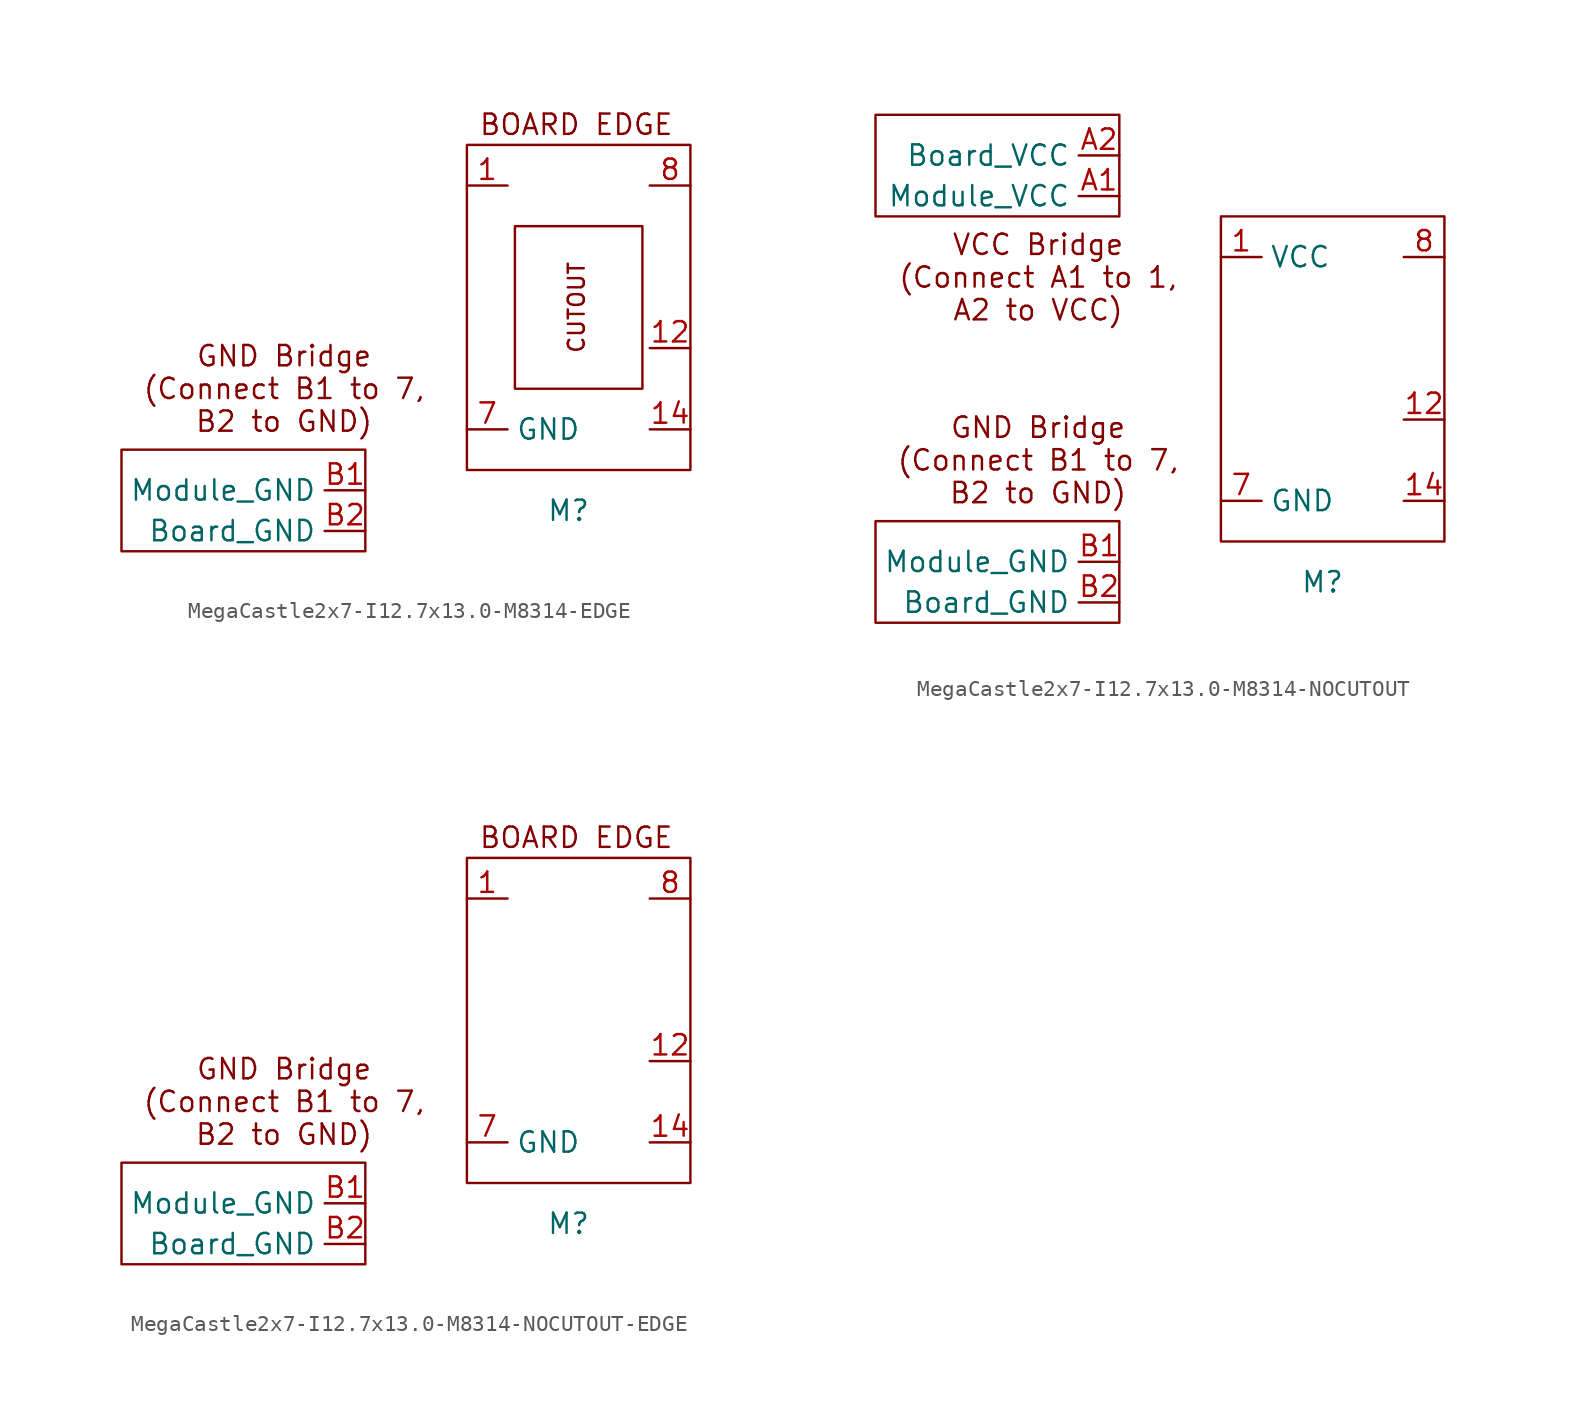
<source format=kicad_sym>
(kicad_symbol_lib
  (version 20231120)
  (generator "kicad_symbol_editor")
  (generator_version "8.0")
  (symbol "MegaCastle2x7-I12.7x13.0-M8314-EDGE"
    (property "Reference" "M"
      (at 0 -12.7 0)
      (effects (font (size 1.27 1.27))))
    (property "Value" ""
      (at 0 5.08 0)
      (effects (font (size 1.27 1.27))))
    (symbol "MegaCastle2x7-I12.7x13.0-M8314-EDGE_0_1"
      (rectangle (start -27.94 -8.89) (end -12.7 -15.24) (stroke (width 0) (type default)) (fill (type none)))
      (rectangle (start -6.35 10.16) (end 7.62 -10.16) (stroke (width 0) (type default)) (fill (type none)))
      (rectangle (start -3.35 5.08) (end 4.62 -5.08) (stroke (width 0) (type default)) (fill (type none))))
    (symbol "MegaCastle2x7-I12.7x13.0-M8314-EDGE_1_1"
      (text "GND Bridge\n(Connect B1 to 7,\nB2 to GND)" (at -17.78 -5.08 0) (effects (font (size 1.27 1.27))))
      (text " BOARD EDGE" (at 0 11.43 0) (effects (font (size 1.27 1.27))))
      (text "CUTOUT" (at 0.5 0 900) (effects (font (size 1 1))))
      (pin bidirectional line (at -6.35 7.62 0) (length 2.54) (name "" (effects (font (size 1.27 1.27)))) (number "1" (effects (font (size 1.27 1.27)))))
      (pin bidirectional line (at -6.35 -7.62 0) (length 2.54) (name "GND" (effects (font (size 1.27 1.27)))) (number "7" (effects (font (size 1.27 1.27)))))
      (pin bidirectional line (at 7.62 7.62 180) (length 2.54) (name "" (effects (font (size 1.27 1.27)))) (number "8" (effects (font (size 1.27 1.27)))))
      (pin bidirectional line (at 7.62 -2.54 180) (length 2.54) (name "" (effects (font (size 1.27 1.27)))) (number "12" (effects (font (size 1.27 1.27)))))
      (pin bidirectional line (at 7.62 -7.62 180) (length 2.54) (name "" (effects (font (size 1.27 1.27)))) (number "14" (effects (font (size 1.27 1.27)))))
      (pin bidirectional line (at -12.7 -11.43 180) (length 2.54) (name "Module_GND" (effects (font (size 1.27 1.27)))) (number "B1" (effects (font (size 1.27 1.27)))))
      (pin bidirectional line (at -12.7 -13.97 180) (length 2.54) (name "Board_GND" (effects (font (size 1.27 1.27)))) (number "B2" (effects (font (size 1.27 1.27)))))))
  (symbol "MegaCastle2x7-I12.7x13.0-M8314-NOCUTOUT"
    (property "Reference" "M"
      (at 0 -12.7 0)
      (effects (font (size 1.27 1.27))))
    (property "Value" ""
      (at 0 5.08 0)
      (effects (font (size 1.27 1.27))))
    (symbol "MegaCastle2x7-I12.7x13.0-M8314-NOCUTOUT_0_1"
      (rectangle (start -27.94 16.51) (end -12.7 10.16) (stroke (width 0) (type default)) (fill (type none)))
      (rectangle (start -27.94 -8.89) (end -12.7 -15.24) (stroke (width 0) (type default)) (fill (type none)))
      (rectangle (start -6.35 10.16) (end 7.62 -10.16) (stroke (width 0) (type default)) (fill (type none))))
    (symbol "MegaCastle2x7-I12.7x13.0-M8314-NOCUTOUT_1_1"
      (text "GND Bridge\n(Connect B1 to 7,\nB2 to GND)" (at -17.78 -5.08 0) (effects (font (size 1.27 1.27))))
      (text "VCC Bridge\n(Connect A1 to 1,\nA2 to VCC)" (at -17.78 6.35 0) (effects (font (size 1.27 1.27))))
      (pin bidirectional line (at -6.35 7.62 0) (length 2.54) (name "VCC" (effects (font (size 1.27 1.27)))) (number "1" (effects (font (size 1.27 1.27)))))
      (pin bidirectional line (at -6.35 -7.62 0) (length 2.54) (name "GND" (effects (font (size 1.27 1.27)))) (number "7" (effects (font (size 1.27 1.27)))))
      (pin bidirectional line (at 7.62 7.62 180) (length 2.54) (name "" (effects (font (size 1.27 1.27)))) (number "8" (effects (font (size 1.27 1.27)))))
      (pin bidirectional line (at 7.62 -2.54 180) (length 2.54) (name "" (effects (font (size 1.27 1.27)))) (number "12" (effects (font (size 1.27 1.27)))))
      (pin bidirectional line (at 7.62 -7.62 180) (length 2.54) (name "" (effects (font (size 1.27 1.27)))) (number "14" (effects (font (size 1.27 1.27)))))
      (pin bidirectional line (at -12.7 11.43 180) (length 2.54) (name "Module_VCC" (effects (font (size 1.27 1.27)))) (number "A1" (effects (font (size 1.27 1.27)))))
      (pin bidirectional line (at -12.7 13.97 180) (length 2.54) (name "Board_VCC" (effects (font (size 1.27 1.27)))) (number "A2" (effects (font (size 1.27 1.27)))))
      (pin bidirectional line (at -12.7 -11.43 180) (length 2.54) (name "Module_GND" (effects (font (size 1.27 1.27)))) (number "B1" (effects (font (size 1.27 1.27)))))
      (pin bidirectional line (at -12.7 -13.97 180) (length 2.54) (name "Board_GND" (effects (font (size 1.27 1.27)))) (number "B2" (effects (font (size 1.27 1.27)))))))
  (symbol "MegaCastle2x7-I12.7x13.0-M8314-NOCUTOUT-EDGE"
    (property "Reference" "M"
      (at 0 -12.7 0)
      (effects (font (size 1.27 1.27))))
    (property "Value" ""
      (at 0 5.08 0)
      (effects (font (size 1.27 1.27))))
    (symbol "MegaCastle2x7-I12.7x13.0-M8314-NOCUTOUT-EDGE_0_1"
      (rectangle (start -27.94 -8.89) (end -12.7 -15.24) (stroke (width 0) (type default)) (fill (type none)))
      (rectangle (start -6.35 10.16) (end 7.62 -10.16) (stroke (width 0) (type default)) (fill (type none))))
    (symbol "MegaCastle2x7-I12.7x13.0-M8314-NOCUTOUT-EDGE_1_1"
      (text "GND Bridge\n(Connect B1 to 7,\nB2 to GND)" (at -17.78 -5.08 0) (effects (font (size 1.27 1.27))))
      (text " BOARD EDGE" (at 0 11.43 0) (effects (font (size 1.27 1.27))))
      (pin bidirectional line (at -6.35 7.62 0) (length 2.54) (name "" (effects (font (size 1.27 1.27)))) (number "1" (effects (font (size 1.27 1.27)))))
      (pin bidirectional line (at -6.35 -7.62 0) (length 2.54) (name "GND" (effects (font (size 1.27 1.27)))) (number "7" (effects (font (size 1.27 1.27)))))
      (pin bidirectional line (at 7.62 7.62 180) (length 2.54) (name "" (effects (font (size 1.27 1.27)))) (number "8" (effects (font (size 1.27 1.27)))))
      (pin bidirectional line (at 7.62 -2.54 180) (length 2.54) (name "" (effects (font (size 1.27 1.27)))) (number "12" (effects (font (size 1.27 1.27)))))
      (pin bidirectional line (at 7.62 -7.62 180) (length 2.54) (name "" (effects (font (size 1.27 1.27)))) (number "14" (effects (font (size 1.27 1.27)))))
      (pin bidirectional line (at -12.7 -11.43 180) (length 2.54) (name "Module_GND" (effects (font (size 1.27 1.27)))) (number "B1" (effects (font (size 1.27 1.27)))))
      (pin bidirectional line (at -12.7 -13.97 180) (length 2.54) (name "Board_GND" (effects (font (size 1.27 1.27)))) (number "B2" (effects (font (size 1.27 1.27))))))))
</source>
